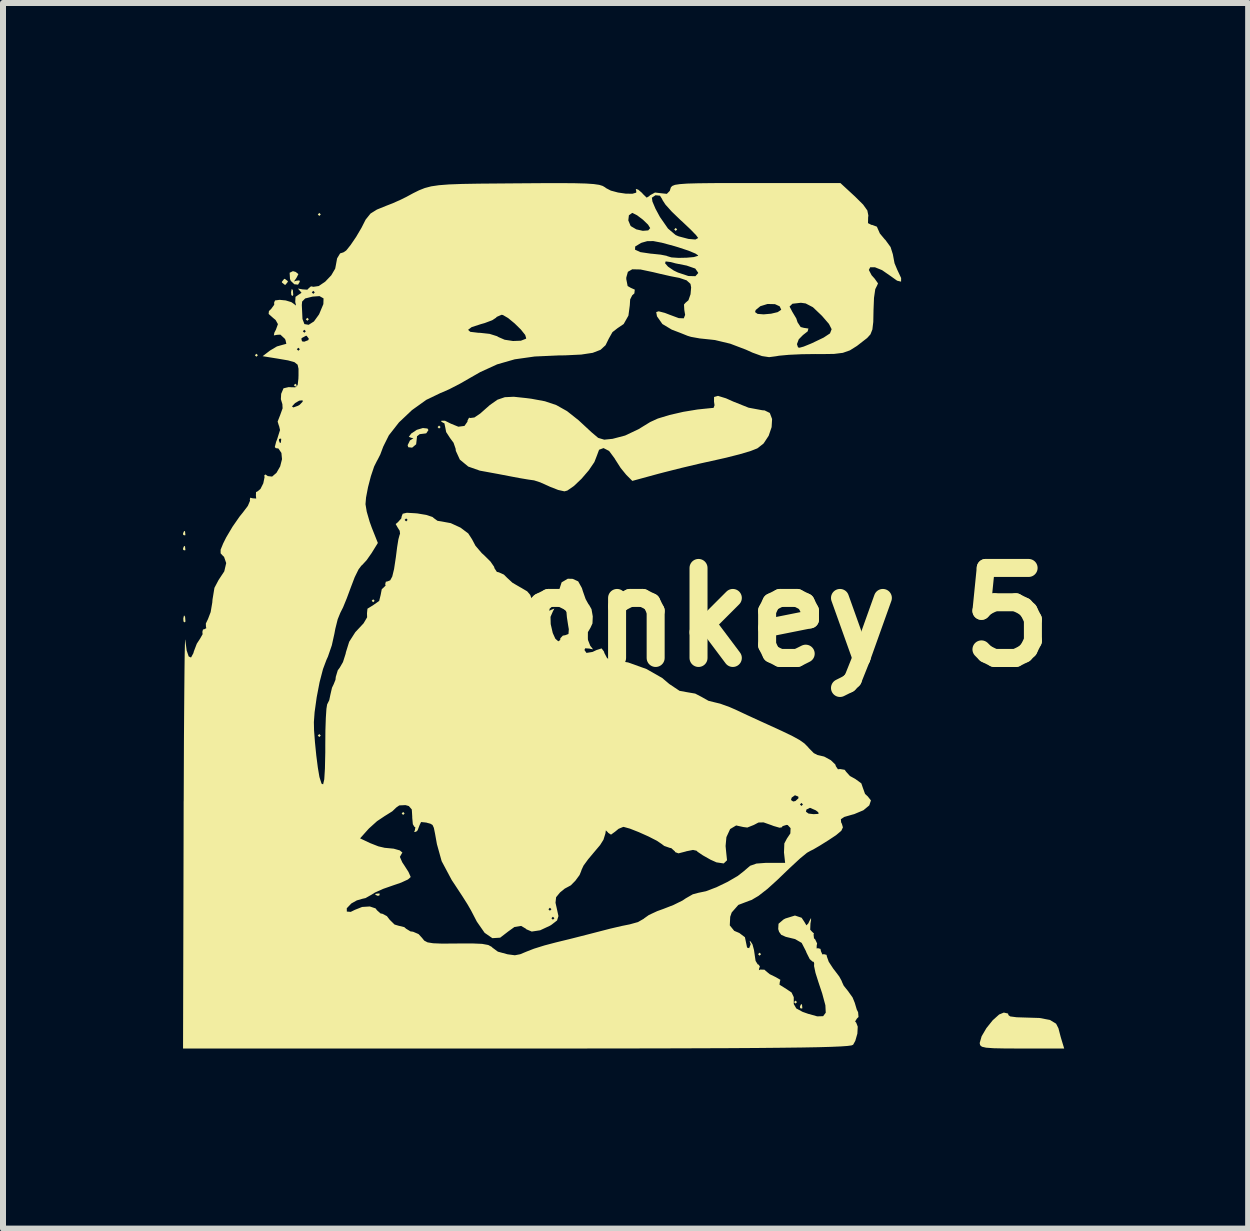
<source format=kicad_pcb>
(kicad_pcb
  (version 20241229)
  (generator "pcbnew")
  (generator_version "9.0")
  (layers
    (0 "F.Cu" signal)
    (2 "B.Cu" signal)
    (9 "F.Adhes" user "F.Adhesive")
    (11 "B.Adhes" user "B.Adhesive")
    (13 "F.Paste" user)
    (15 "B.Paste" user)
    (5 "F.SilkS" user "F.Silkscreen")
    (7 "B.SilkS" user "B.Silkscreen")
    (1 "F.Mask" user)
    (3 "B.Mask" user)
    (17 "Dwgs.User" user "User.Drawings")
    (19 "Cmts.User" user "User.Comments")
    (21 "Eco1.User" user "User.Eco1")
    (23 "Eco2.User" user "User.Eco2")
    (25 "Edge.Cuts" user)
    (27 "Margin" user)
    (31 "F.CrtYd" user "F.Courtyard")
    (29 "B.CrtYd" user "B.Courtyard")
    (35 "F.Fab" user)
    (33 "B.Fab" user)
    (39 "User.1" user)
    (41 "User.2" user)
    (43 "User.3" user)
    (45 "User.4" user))
  (footprint "monkey 5"
    (layer "F.Cu")
    (at 8.982 7.235)
    (property "Reference" "monkey 5" (at 0 0 0) (layer "F.SilkS") (effects (font (size 1.5 1.5) (thickness 0.3))))
    (attr board_only exclude_from_pos_files exclude_from_bom)
    (fp_poly (pts (xy -7.735 -4.366) (xy -7.76 -4.341) (xy -7.785 -4.366) (xy -7.76 -4.391)) (stroke (width 0) (type solid)) (fill yes) (layer "F.SilkS"))
    (fp_poly (pts (xy -7.086 -3.867) (xy -7.111 -3.842) (xy -7.136 -3.867) (xy -7.111 -3.892)) (stroke (width 0) (type solid)) (fill yes) (layer "F.SilkS"))
    (fp_poly (pts (xy -6.886 -4.965) (xy -6.911 -4.94) (xy -6.936 -4.965) (xy -6.911 -4.99)) (stroke (width 0) (type solid)) (fill yes) (layer "F.SilkS"))
    (fp_poly (pts (xy -6.687 -6.712) (xy -6.712 -6.687) (xy -6.737 -6.712) (xy -6.712 -6.737)) (stroke (width 0) (type solid)) (fill yes) (layer "F.SilkS"))
    (fp_poly (pts (xy -6.687 1.971) (xy -6.712 1.996) (xy -6.737 1.971) (xy -6.712 1.946)) (stroke (width 0) (type solid)) (fill yes) (layer "F.SilkS"))
    (fp_poly (pts (xy -5.789 -0.274) (xy -5.814 -0.25) (xy -5.839 -0.274) (xy -5.814 -0.299)) (stroke (width 0) (type solid)) (fill yes) (layer "F.SilkS"))
    (fp_poly (pts (xy -5.29 3.269) (xy -5.315 3.294) (xy -5.339 3.269) (xy -5.315 3.244)) (stroke (width 0) (type solid)) (fill yes) (layer "F.SilkS"))
    (fp_poly (pts (xy -4.691 -3.169) (xy -4.716 -3.144) (xy -4.741 -3.169) (xy -4.716 -3.194)) (stroke (width 0) (type solid)) (fill yes) (layer "F.SilkS"))
    (fp_poly (pts (xy -0.749 -6.462) (xy -0.773 -6.437) (xy -0.798 -6.462) (xy -0.773 -6.487)) (stroke (width 0) (type solid)) (fill yes) (layer "F.SilkS"))
    (fp_poly (pts (xy 0.649 5.614) (xy 0.624 5.639) (xy 0.599 5.614) (xy 0.624 5.589)) (stroke (width 0) (type solid)) (fill yes) (layer "F.SilkS"))
    (fp_poly (pts (xy 1.248 6.412) (xy 1.223 6.437) (xy 1.198 6.412) (xy 1.223 6.387)) (stroke (width 0) (type solid)) (fill yes) (layer "F.SilkS"))
    (fp_poly (pts (xy -8.949 -1.431) (xy -8.943 -1.371) (xy -8.949 -1.364) (xy -8.979 -1.371) (xy -8.982 -1.397) (xy -8.964 -1.438)) (stroke (width 0) (type solid)) (fill yes) (layer "F.SilkS"))
    (fp_poly (pts (xy -8.949 -1.181) (xy -8.943 -1.122) (xy -8.949 -1.114) (xy -8.979 -1.121) (xy -8.982 -1.148) (xy -8.964 -1.189)) (stroke (width 0) (type solid)) (fill yes) (layer "F.SilkS"))
    (fp_poly (pts (xy -8.948 -0.009) (xy -8.942 0.069) (xy -8.952 0.086) (xy -8.975 0.071) (xy -8.978 0.021) (xy -8.966 -0.032)) (stroke (width 0) (type solid)) (fill yes) (layer "F.SilkS"))
    (fp_poly (pts (xy -7.152 -5.449) (xy -7.146 -5.371) (xy -7.156 -5.353) (xy -7.178 -5.368) (xy -7.182 -5.418) (xy -7.17 -5.472)) (stroke (width 0) (type solid)) (fill yes) (layer "F.SilkS"))
    (fp_poly (pts (xy -5.705 4.608) (xy -5.712 4.637) (xy -5.739 4.641) (xy -5.78 4.623) (xy -5.772 4.608) (xy -5.713 4.602)) (stroke (width 0) (type solid)) (fill yes) (layer "F.SilkS"))
    (fp_poly (pts (xy 1.331 6.454) (xy 1.337 6.513) (xy 1.331 6.52) (xy 1.301 6.514) (xy 1.297 6.487) (xy 1.316 6.446)) (stroke (width 0) (type solid)) (fill yes) (layer "F.SilkS"))
    (fp_poly (pts (xy -7.237 -5.601) (xy -7.236 -5.589) (xy -7.274 -5.541) (xy -7.286 -5.539) (xy -7.334 -5.577) (xy -7.336 -5.589) (xy -7.298 -5.637) (xy -7.286 -5.639)) (stroke (width 0) (type solid)) (fill yes) (layer "F.SilkS"))
    (fp_poly (pts (xy -7.105 -5.754) (xy -7.06 -5.718) (xy -7.093 -5.653) (xy -7.097 -5.648) (xy -7.134 -5.595) (xy -7.103 -5.605) (xy -7.099 -5.607) (xy -7.044 -5.613) (xy -7.036 -5.592) (xy -7.066 -5.542) (xy -7.129 -5.549) (xy -7.187 -5.605) (xy -7.2 -5.636) (xy -7.206 -5.74) (xy -7.151 -5.767)) (stroke (width 0) (type solid)) (fill yes) (layer "F.SilkS"))
    (fp_poly (pts (xy -4.91 -3.145) (xy -4.893 -3.119) (xy -4.929 -3.066) (xy -4.94 -3.063) (xy -5.038 -3.051) (xy -5.04 -3.05) (xy -5.084 -3.016) (xy -5.084 -3.007) (xy -5.098 -2.882) (xy -5.165 -2.826) (xy -5.229 -2.833) (xy -5.24 -2.867) (xy -5.201 -2.946) (xy -5.177 -2.961) (xy -5.144 -2.984) (xy -5.181 -2.99) (xy -5.22 -3.007) (xy -5.18 -3.061) (xy -5.176 -3.064) (xy -5.087 -3.123) (xy -4.986 -3.153)) (stroke (width 0) (type solid)) (fill yes) (layer "F.SilkS"))
    (fp_poly (pts (xy 4.765 6.603) (xy 4.771 6.629) (xy 4.801 6.651) (xy 4.907 6.665) (xy 5.03 6.669) (xy 5.289 6.677) (xy 5.463 6.71) (xy 5.565 6.772) (xy 5.604 6.848) (xy 5.642 6.994) (xy 5.666 7.074) (xy 5.7 7.186) (xy 4.996 7.186) (xy 4.718 7.185) (xy 4.524 7.181) (xy 4.399 7.172) (xy 4.329 7.156) (xy 4.299 7.13) (xy 4.292 7.094) (xy 4.292 7.094) (xy 4.324 6.982) (xy 4.404 6.846) (xy 4.509 6.715) (xy 4.616 6.619) (xy 4.694 6.587)) (stroke (width 0) (type solid)) (fill yes) (layer "F.SilkS"))
    (fp_poly (pts (xy 0.065 -3.648) (xy 0.188 -3.593) (xy 0.441 -3.492) (xy 0.672 -3.449) (xy 0.708 -3.447) (xy 0.795 -3.404) (xy 0.833 -3.303) (xy 0.825 -3.168) (xy 0.776 -3.024) (xy 0.691 -2.895) (xy 0.587 -2.814) (xy 0.475 -2.77) (xy 0.293 -2.716) (xy 0.069 -2.659) (xy -0.095 -2.622) (xy -0.375 -2.56) (xy -0.679 -2.488) (xy -0.956 -2.418) (xy -1.06 -2.391) (xy -1.496 -2.272) (xy -1.597 -2.373) (xy -1.69 -2.487) (xy -1.782 -2.631) (xy -1.791 -2.647) (xy -1.883 -2.771) (xy -1.976 -2.819) (xy -2.05 -2.791) (xy -2.086 -2.694) (xy -2.128 -2.586) (xy -2.221 -2.449) (xy -2.342 -2.308) (xy -2.469 -2.187) (xy -2.579 -2.111) (xy -2.627 -2.098) (xy -2.731 -2.121) (xy -2.869 -2.175) (xy -2.899 -2.189) (xy -3.031 -2.248) (xy -3.133 -2.281) (xy -3.148 -2.283) (xy -3.233 -2.295) (xy -3.38 -2.32) (xy -3.518 -2.346) (xy -3.726 -2.386) (xy -3.933 -2.424) (xy -4.037 -2.443) (xy -4.23 -2.511) (xy -4.37 -2.627) (xy -4.437 -2.773) (xy -4.44 -2.807) (xy -4.475 -2.908) (xy -4.533 -2.986) (xy -4.598 -3.086) (xy -4.612 -3.16) (xy -4.627 -3.231) (xy -4.654 -3.244) (xy -4.683 -3.264) (xy -4.676 -3.275) (xy -4.616 -3.274) (xy -4.52 -3.226) (xy -4.395 -3.175) (xy -4.293 -3.188) (xy -4.243 -3.259) (xy -4.242 -3.277) (xy -4.217 -3.325) (xy -4.194 -3.32) (xy -4.127 -3.329) (xy -4.034 -3.392) (xy -4.031 -3.394) (xy -3.87 -3.536) (xy -3.743 -3.625) (xy -3.62 -3.667) (xy -3.471 -3.674) (xy -3.264 -3.652) (xy -3.178 -3.641) (xy -2.952 -3.599) (xy -2.762 -3.535) (xy -2.584 -3.435) (xy -2.392 -3.283) (xy -2.174 -3.081) (xy -2.065 -2.989) (xy -1.964 -2.959) (xy -1.825 -2.973) (xy -1.616 -3.028) (xy -1.394 -3.133) (xy -1.198 -3.253) (xy -1.071 -3.311) (xy -0.877 -3.37) (xy -0.646 -3.423) (xy -0.409 -3.462) (xy -0.324 -3.471) (xy -0.207 -3.483) (xy -0.142 -3.489) (xy -0.126 -3.533) (xy -0.135 -3.593) (xy -0.134 -3.67) (xy -0.069 -3.689)) (stroke (width 0) (type solid)) (fill yes) (layer "F.SilkS"))
    (fp_poly (pts (xy 1.971 -7.235) (xy 2.214 -7.011) (xy 2.35 -6.876) (xy 2.42 -6.778) (xy 2.437 -6.694) (xy 2.433 -6.662) (xy 2.431 -6.567) (xy 2.488 -6.538) (xy 2.502 -6.537) (xy 2.579 -6.508) (xy 2.595 -6.471) (xy 2.629 -6.394) (xy 2.711 -6.296) (xy 2.72 -6.288) (xy 2.807 -6.169) (xy 2.846 -6.045) (xy 2.846 -6.042) (xy 2.873 -5.899) (xy 2.919 -5.789) (xy 2.983 -5.653) (xy 2.982 -5.592) (xy 2.916 -5.608) (xy 2.808 -5.685) (xy 2.665 -5.784) (xy 2.546 -5.832) (xy 2.468 -5.832) (xy 2.445 -5.787) (xy 2.491 -5.699) (xy 2.542 -5.642) (xy 2.598 -5.563) (xy 2.582 -5.527) (xy 2.552 -5.467) (xy 2.531 -5.322) (xy 2.523 -5.121) (xy 2.519 -4.922) (xy 2.504 -4.795) (xy 2.472 -4.714) (xy 2.417 -4.653) (xy 2.395 -4.636) (xy 2.247 -4.521) (xy 2.129 -4.447) (xy 2.012 -4.406) (xy 1.866 -4.388) (xy 1.662 -4.385) (xy 1.56 -4.386) (xy 1.328 -4.383) (xy 1.113 -4.373) (xy 0.949 -4.358) (xy 0.898 -4.349) (xy 0.783 -4.334) (xy 0.664 -4.352) (xy 0.507 -4.409) (xy 0.399 -4.458) (xy 0.136 -4.558) (xy -0.119 -4.619) (xy -0.2 -4.628) (xy -0.373 -4.646) (xy -0.518 -4.672) (xy -0.574 -4.689) (xy -0.691 -4.736) (xy -0.835 -4.791) (xy -0.838 -4.792) (xy -0.995 -4.886) (xy -1.085 -5.014) (xy -1.098 -5.085) (xy -1.057 -5.098) (xy -0.953 -5.071) (xy -0.878 -5.042) (xy -0.722 -4.984) (xy -0.639 -4.981) (xy -0.616 -5.038) (xy -0.624 -5.085) (xy 0.549 -5.085) (xy 0.591 -5.055) (xy 0.692 -5.047) (xy 0.816 -5.058) (xy 0.926 -5.084) (xy 0.984 -5.123) (xy 0.985 -5.126) (xy 0.961 -5.177) (xy 1.124 -5.177) (xy 1.167 -5.095) (xy 1.167 -5.094) (xy 1.236 -4.979) (xy 1.257 -4.915) (xy 1.309 -4.836) (xy 1.362 -4.822) (xy 1.438 -4.811) (xy 1.426 -4.764) (xy 1.347 -4.702) (xy 1.277 -4.631) (xy 1.247 -4.551) (xy 1.265 -4.497) (xy 1.29 -4.491) (xy 1.359 -4.51) (xy 1.477 -4.558) (xy 1.502 -4.569) (xy 1.692 -4.66) (xy 1.798 -4.73) (xy 1.825 -4.8) (xy 1.78 -4.888) (xy 1.671 -5.014) (xy 1.655 -5.031) (xy 1.513 -5.166) (xy 1.392 -5.229) (xy 1.313 -5.24) (xy 1.172 -5.224) (xy 1.124 -5.177) (xy 0.961 -5.177) (xy 0.959 -5.181) (xy 0.881 -5.217) (xy 0.757 -5.22) (xy 0.637 -5.183) (xy 0.56 -5.12) (xy 0.549 -5.085) (xy -0.624 -5.085) (xy -0.63 -5.122) (xy -0.635 -5.211) (xy -0.61 -5.24) (xy -0.561 -5.282) (xy -0.526 -5.382) (xy -0.516 -5.496) (xy -0.527 -5.555) (xy -0.592 -5.614) (xy -0.71 -5.654) (xy -0.714 -5.655) (xy -0.855 -5.682) (xy -1.04 -5.724) (xy -1.148 -5.75) (xy -1.361 -5.795) (xy -1.497 -5.798) (xy -1.57 -5.756) (xy -1.596 -5.663) (xy -1.597 -5.635) (xy -1.574 -5.519) (xy -1.522 -5.489) (xy -1.455 -5.459) (xy -1.462 -5.396) (xy -1.498 -5.364) (xy -1.532 -5.296) (xy -1.538 -5.199) (xy -1.561 -5.026) (xy -1.64 -4.886) (xy -1.742 -4.817) (xy -1.827 -4.751) (xy -1.888 -4.643) (xy -1.942 -4.533) (xy -2.026 -4.456) (xy -2.156 -4.406) (xy -2.348 -4.377) (xy -2.618 -4.364) (xy -2.72 -4.363) (xy -3.122 -4.345) (xy -3.455 -4.298) (xy -3.748 -4.214) (xy -4.03 -4.085) (xy -4.177 -4.001) (xy -4.365 -3.893) (xy -4.545 -3.8) (xy -4.681 -3.74) (xy -4.691 -3.737) (xy -4.928 -3.623) (xy -5.167 -3.452) (xy -5.384 -3.247) (xy -5.553 -3.031) (xy -5.646 -2.844) (xy -5.696 -2.711) (xy -5.744 -2.617) (xy -5.749 -2.61) (xy -5.798 -2.512) (xy -5.852 -2.351) (xy -5.9 -2.167) (xy -5.933 -1.994) (xy -5.942 -1.884) (xy -5.921 -1.758) (xy -5.872 -1.589) (xy -5.837 -1.492) (xy -5.736 -1.238) (xy -5.841 -1.068) (xy -5.924 -0.95) (xy -5.998 -0.87) (xy -6.01 -0.861) (xy -6.058 -0.797) (xy -6.122 -0.667) (xy -6.186 -0.499) (xy -6.253 -0.318) (xy -6.316 -0.164) (xy -6.361 -0.075) (xy -6.405 0.033) (xy -6.445 0.193) (xy -6.46 0.273) (xy -6.503 0.467) (xy -6.568 0.656) (xy -6.593 0.711) (xy -6.65 0.863) (xy -6.707 1.082) (xy -6.755 1.332) (xy -6.79 1.582) (xy -6.802 1.747) (xy -6.799 1.885) (xy -6.784 2.083) (xy -6.762 2.302) (xy -6.736 2.505) (xy -6.711 2.653) (xy -6.707 2.67) (xy -6.674 2.773) (xy -6.648 2.784) (xy -6.629 2.701) (xy -6.618 2.523) (xy -6.612 2.247) (xy -6.612 2.133) (xy -6.61 1.887) (xy -6.603 1.678) (xy -6.593 1.526) (xy -6.581 1.451) (xy -6.578 1.446) (xy -6.546 1.382) (xy -6.526 1.286) (xy -6.5 1.174) (xy -6.472 1.116) (xy -6.442 1.041) (xy -6.437 0.993) (xy -6.404 0.884) (xy -6.37 0.838) (xy -6.317 0.746) (xy -6.273 0.608) (xy -6.268 0.582) (xy -6.214 0.409) (xy -6.112 0.249) (xy -5.974 0.101) (xy -5.915 0.001) (xy -5.917 -0.067) (xy -5.913 -0.108) (xy -2.88 -0.108) (xy -2.84 -0.127) (xy -2.795 -0.145) (xy -2.82 -0.097) (xy -2.859 -0.007) (xy -2.856 0.114) (xy -2.822 0.262) (xy -2.779 0.357) (xy -2.73 0.401) (xy -2.698 0.379) (xy -2.695 0.349) (xy -2.654 0.306) (xy -2.614 0.299) (xy -2.56 0.279) (xy -2.554 0.2) (xy -2.564 0.143) (xy -2.586 0.001) (xy -2.595 -0.106) (xy -2.635 -0.174) (xy -2.725 -0.202) (xy -2.823 -0.186) (xy -2.874 -0.142) (xy -2.88 -0.108) (xy -5.913 -0.108) (xy -5.909 -0.143) (xy -5.819 -0.198) (xy -5.714 -0.272) (xy -5.689 -0.373) (xy -5.671 -0.467) (xy -5.636 -0.499) (xy -5.606 -0.53) (xy -5.614 -0.549) (xy -5.603 -0.592) (xy -5.571 -0.599) (xy -5.53 -0.616) (xy -5.496 -0.679) (xy -5.466 -0.803) (xy -5.436 -1.001) (xy -5.415 -1.167) (xy -5.394 -1.298) (xy -5.372 -1.379) (xy -5.366 -1.387) (xy -5.372 -1.441) (xy -5.402 -1.488) (xy -5.439 -1.553) (xy -5.402 -1.584) (xy -5.368 -1.622) (xy -5.29 -1.622) (xy -5.265 -1.597) (xy -5.24 -1.622) (xy -5.265 -1.647) (xy -5.29 -1.622) (xy -5.368 -1.622) (xy -5.346 -1.646) (xy -5.339 -1.682) (xy -5.322 -1.725) (xy -5.254 -1.741) (xy -5.114 -1.733) (xy -5.078 -1.73) (xy -4.928 -1.705) (xy -4.826 -1.671) (xy -4.8 -1.649) (xy -4.742 -1.607) (xy -4.678 -1.597) (xy -4.521 -1.568) (xy -4.36 -1.494) (xy -4.23 -1.397) (xy -4.167 -1.3) (xy -4.11 -1.192) (xy -4.005 -1.069) (xy -3.964 -1.032) (xy -3.86 -0.929) (xy -3.799 -0.841) (xy -3.793 -0.817) (xy -3.753 -0.756) (xy -3.721 -0.749) (xy -3.636 -0.711) (xy -3.583 -0.658) (xy -3.493 -0.575) (xy -3.363 -0.499) (xy -3.356 -0.496) (xy -3.248 -0.432) (xy -3.195 -0.37) (xy -3.194 -0.362) (xy -3.17 -0.3) (xy -3.156 -0.294) (xy -2.967 -0.275) (xy -2.822 -0.27) (xy -2.745 -0.282) (xy -2.738 -0.29) (xy -2.729 -0.362) (xy -2.72 -0.44) (xy -2.674 -0.582) (xy -2.571 -0.642) (xy -2.49 -0.64) (xy -2.398 -0.598) (xy -2.336 -0.486) (xy -2.32 -0.434) (xy -2.274 -0.303) (xy -2.227 -0.218) (xy -2.218 -0.209) (xy -2.176 -0.135) (xy -2.155 -0.015) (xy -2.16 0.103) (xy -2.192 0.172) (xy -2.192 0.173) (xy -2.238 0.251) (xy -2.239 0.368) (xy -2.197 0.475) (xy -2.183 0.492) (xy -2.15 0.535) (xy -2.199 0.525) (xy -2.208 0.522) (xy -2.281 0.517) (xy -2.295 0.544) (xy -2.26 0.594) (xy -2.16 0.578) (xy -2.089 0.545) (xy -2.008 0.519) (xy -1.968 0.572) (xy -1.962 0.595) (xy -1.917 0.68) (xy -1.878 0.702) (xy -1.566 0.753) (xy -1.261 0.862) (xy -0.998 1.012) (xy -0.88 1.112) (xy -0.709 1.226) (xy -0.588 1.248) (xy -0.448 1.272) (xy -0.346 1.325) (xy -0.227 1.392) (xy -0.143 1.413) (xy -0.031 1.44) (xy 0.126 1.497) (xy 0.225 1.54) (xy 0.421 1.632) (xy 0.641 1.733) (xy 0.749 1.782) (xy 0.998 1.896) (xy 1.174 1.981) (xy 1.292 2.046) (xy 1.37 2.101) (xy 1.426 2.157) (xy 1.446 2.181) (xy 1.528 2.264) (xy 1.589 2.295) (xy 1.7 2.321) (xy 1.812 2.382) (xy 1.886 2.453) (xy 1.896 2.483) (xy 1.93 2.533) (xy 1.967 2.529) (xy 2.043 2.542) (xy 2.066 2.574) (xy 2.13 2.645) (xy 2.219 2.694) (xy 2.32 2.768) (xy 2.345 2.841) (xy 2.382 2.944) (xy 2.426 2.984) (xy 2.48 3.052) (xy 2.452 3.135) (xy 2.354 3.216) (xy 2.199 3.281) (xy 2.171 3.288) (xy 2.036 3.327) (xy 1.979 3.365) (xy 1.983 3.417) (xy 1.996 3.442) (xy 2.013 3.501) (xy 1.986 3.558) (xy 1.899 3.631) (xy 1.771 3.716) (xy 1.627 3.806) (xy 1.519 3.869) (xy 1.472 3.892) (xy 1.415 3.924) (xy 1.299 4.019) (xy 1.123 4.182) (xy 0.917 4.38) (xy 0.757 4.525) (xy 0.607 4.642) (xy 0.49 4.711) (xy 0.46 4.721) (xy 0.271 4.793) (xy 0.16 4.919) (xy 0.135 4.991) (xy 0.128 5.134) (xy 0.202 5.225) (xy 0.287 5.261) (xy 0.38 5.331) (xy 0.399 5.421) (xy 0.416 5.504) (xy 0.45 5.514) (xy 0.476 5.45) (xy 0.467 5.423) (xy 0.459 5.392) (xy 0.475 5.403) (xy 0.506 5.45) (xy 0.531 5.543) (xy 0.555 5.707) (xy 0.558 5.726) (xy 0.594 5.784) (xy 0.61 5.789) (xy 0.63 5.821) (xy 0.619 5.846) (xy 0.613 5.881) (xy 0.638 5.87) (xy 0.708 5.873) (xy 0.725 5.891) (xy 0.793 5.947) (xy 0.889 5.994) (xy 0.971 6.041) (xy 0.961 6.08) (xy 0.956 6.122) (xy 1.043 6.177) (xy 1.053 6.182) (xy 1.158 6.253) (xy 1.194 6.33) (xy 1.194 6.445) (xy 1.236 6.518) (xy 1.341 6.575) (xy 1.432 6.607) (xy 1.585 6.65) (xy 1.683 6.647) (xy 1.727 6.589) (xy 1.721 6.466) (xy 1.668 6.269) (xy 1.605 6.08) (xy 1.556 5.925) (xy 1.532 5.811) (xy 1.534 5.768) (xy 1.526 5.741) (xy 1.509 5.739) (xy 1.46 5.696) (xy 1.407 5.591) (xy 1.397 5.564) (xy 1.326 5.426) (xy 1.217 5.363) (xy 1.206 5.36) (xy 1.061 5.325) (xy 0.985 5.291) (xy 0.949 5.241) (xy 0.935 5.195) (xy 0.94 5.107) (xy 1.023 5.036) (xy 1.055 5.019) (xy 1.214 4.97) (xy 1.325 5.007) (xy 1.374 5.081) (xy 1.405 5.134) (xy 1.437 5.1) (xy 1.453 5.065) (xy 1.482 5.011) (xy 1.482 5.046) (xy 1.472 5.102) (xy 1.468 5.206) (xy 1.499 5.24) (xy 1.531 5.27) (xy 1.524 5.286) (xy 1.531 5.35) (xy 1.55 5.366) (xy 1.583 5.435) (xy 1.576 5.472) (xy 1.575 5.519) (xy 1.597 5.514) (xy 1.639 5.526) (xy 1.647 5.564) (xy 1.67 5.618) (xy 1.697 5.614) (xy 1.74 5.625) (xy 1.747 5.657) (xy 1.777 5.741) (xy 1.852 5.855) (xy 1.871 5.879) (xy 1.952 5.986) (xy 1.994 6.063) (xy 1.996 6.073) (xy 2.027 6.14) (xy 2.096 6.226) (xy 2.174 6.335) (xy 2.21 6.423) (xy 2.245 6.54) (xy 2.266 6.58) (xy 2.273 6.66) (xy 2.247 6.686) (xy 2.216 6.735) (xy 2.234 6.754) (xy 2.26 6.821) (xy 2.254 6.937) (xy 2.219 7.059) (xy 2.183 7.123) (xy 2.156 7.134) (xy 2.089 7.143) (xy 1.977 7.151) (xy 1.815 7.158) (xy 1.6 7.164) (xy 1.325 7.169) (xy 0.988 7.173) (xy 0.582 7.177) (xy 0.104 7.18) (xy -0.451 7.182) (xy -1.088 7.184) (xy -1.812 7.185) (xy -2.627 7.186) (xy -3.424 7.186) (xy -8.982 7.186) (xy -8.976 4.849) (xy -6.254 4.849) (xy -6.253 4.904) (xy -6.188 4.909) (xy -6.121 4.876) (xy -5.998 4.827) (xy -5.87 4.819) (xy -5.774 4.851) (xy -5.75 4.883) (xy -5.69 4.936) (xy -5.661 4.94) (xy -5.585 4.98) (xy -5.539 5.04) (xy -5.458 5.12) (xy -5.391 5.14) (xy -5.296 5.163) (xy -5.265 5.19) (xy -5.193 5.234) (xy -5.149 5.24) (xy -5.058 5.279) (xy -5 5.342) (xy -4.963 5.388) (xy -4.908 5.417) (xy -4.815 5.432) (xy -4.664 5.438) (xy -4.434 5.436) (xy -4.412 5.436) (xy -4.164 5.435) (xy -3.999 5.442) (xy -3.896 5.461) (xy -3.839 5.492) (xy -3.827 5.505) (xy -3.736 5.572) (xy -3.574 5.616) (xy -3.453 5.632) (xy -3.365 5.615) (xy -3.254 5.569) (xy -3.136 5.523) (xy -2.96 5.468) (xy -2.77 5.418) (xy -2.524 5.358) (xy -2.253 5.289) (xy -2.071 5.242) (xy -1.866 5.189) (xy -1.673 5.144) (xy -1.539 5.117) (xy -1.402 5.079) (xy -1.306 5.024) (xy -1.299 5.017) (xy -1.22 4.961) (xy -1.082 4.897) (xy -0.982 4.861) (xy -0.81 4.794) (xy -0.66 4.72) (xy -0.605 4.683) (xy -0.488 4.616) (xy -0.394 4.591) (xy -0.269 4.565) (xy -0.095 4.499) (xy 0.093 4.408) (xy 0.261 4.31) (xy 0.376 4.22) (xy 0.379 4.216) (xy 0.467 4.141) (xy 0.572 4.104) (xy 0.734 4.092) (xy 0.772 4.092) (xy 1.05 4.092) (xy 1.031 3.918) (xy 1.037 3.768) (xy 1.08 3.687) (xy 1.137 3.602) (xy 1.141 3.514) (xy 1.093 3.462) (xy 1.073 3.46) (xy 1.006 3.481) (xy 0.998 3.499) (xy 0.958 3.507) (xy 0.858 3.478) (xy 0.819 3.463) (xy 0.691 3.418) (xy 0.606 3.42) (xy 0.528 3.461) (xy 0.42 3.504) (xy 0.352 3.495) (xy 0.234 3.469) (xy 0.134 3.529) (xy 0.073 3.661) (xy 0.071 3.669) (xy 0.058 3.812) (xy 0.069 3.925) (xy 0.069 3.925) (xy 0.082 4.049) (xy 0.027 4.102) (xy -0.094 4.084) (xy -0.192 4.04) (xy -0.321 3.967) (xy -0.408 3.908) (xy -0.426 3.89) (xy -0.485 3.877) (xy -0.595 3.899) (xy -0.61 3.904) (xy -0.727 3.934) (xy -0.781 3.914) (xy -0.787 3.901) (xy -0.847 3.847) (xy -0.874 3.842) (xy -0.965 3.81) (xy -1.007 3.778) (xy -1.089 3.723) (xy -1.228 3.652) (xy -1.389 3.58) (xy -1.536 3.522) (xy -1.637 3.494) (xy -1.647 3.493) (xy -1.725 3.525) (xy -1.782 3.572) (xy -1.851 3.622) (xy -1.898 3.592) (xy -1.903 3.584) (xy -1.937 3.551) (xy -1.945 3.605) (xy -1.977 3.707) (xy -2.033 3.796) (xy -2.13 3.911) (xy -2.233 4.034) (xy -2.309 4.138) (xy -2.345 4.216) (xy -2.345 4.222) (xy -2.375 4.295) (xy -2.445 4.39) (xy -2.521 4.467) (xy -2.565 4.491) (xy -2.623 4.522) (xy -2.701 4.586) (xy -2.766 4.665) (xy -2.776 4.757) (xy -2.753 4.859) (xy -2.727 4.979) (xy -2.75 5.052) (xy -2.839 5.121) (xy -2.867 5.139) (xy -3.032 5.216) (xy -3.172 5.237) (xy -3.262 5.199) (xy -3.269 5.19) (xy -3.348 5.143) (xy -3.46 5.161) (xy -3.563 5.235) (xy -3.698 5.339) (xy -3.828 5.347) (xy -3.957 5.258) (xy -4.087 5.071) (xy -4.116 5.015) (xy -2.844 5.015) (xy -2.819 5.04) (xy -2.794 5.015) (xy -2.819 4.99) (xy -2.844 5.015) (xy -4.116 5.015) (xy -4.129 4.99) (xy -4.182 4.888) (xy -4.195 4.865) (xy -2.894 4.865) (xy -2.869 4.89) (xy -2.844 4.865) (xy -2.869 4.84) (xy -2.894 4.865) (xy -4.195 4.865) (xy -4.243 4.782) (xy -4.327 4.649) (xy -4.448 4.465) (xy -4.505 4.379) (xy -4.673 4.064) (xy -4.752 3.78) (xy -4.783 3.607) (xy -4.803 3.509) (xy -4.825 3.461) (xy -4.86 3.44) (xy -4.92 3.424) (xy -4.928 3.421) (xy -5.016 3.412) (xy -5.04 3.462) (xy -5.074 3.551) (xy -5.098 3.573) (xy -5.132 3.579) (xy -5.12 3.551) (xy -5.111 3.499) (xy -5.126 3.493) (xy -5.153 3.449) (xy -5.163 3.342) (xy -5.163 3.323) (xy -5.168 3.24) (xy 1.397 3.24) (xy 1.44 3.271) (xy 1.523 3.281) (xy 1.608 3.276) (xy 1.602 3.249) (xy 1.561 3.217) (xy 1.464 3.175) (xy 1.405 3.204) (xy 1.397 3.24) (xy -5.168 3.24) (xy -5.171 3.202) (xy -5.22 3.146) (xy -5.275 3.13) (xy -5.379 3.135) (xy -5.428 3.169) (xy -5.495 3.233) (xy -5.608 3.304) (xy -5.614 3.307) (xy -5.75 3.398) (xy -5.884 3.519) (xy -5.898 3.534) (xy -6.032 3.684) (xy -5.865 3.763) (xy -5.728 3.817) (xy -5.616 3.843) (xy -5.606 3.843) (xy -5.472 3.856) (xy -5.37 3.885) (xy -5.327 3.921) (xy -5.342 3.944) (xy -5.369 3.993) (xy -5.329 4.084) (xy -5.297 4.132) (xy -5.226 4.243) (xy -5.191 4.322) (xy -5.19 4.33) (xy -5.234 4.369) (xy -5.347 4.421) (xy -5.477 4.466) (xy -5.646 4.525) (xy -5.783 4.586) (xy -5.842 4.623) (xy -5.941 4.679) (xy -5.994 4.691) (xy -6.087 4.718) (xy -6.178 4.769) (xy -6.254 4.849) (xy -8.976 4.849) (xy -8.973 3.655) (xy -8.972 3.119) (xy 1.297 3.119) (xy 1.322 3.144) (xy 1.347 3.119) (xy 1.322 3.094) (xy 1.297 3.119) (xy -8.972 3.119) (xy -8.972 3.079) (xy -8.971 3.045) (xy 1.148 3.045) (xy 1.184 3.07) (xy 1.222 3.062) (xy 1.273 3.015) (xy 1.269 2.988) (xy 1.214 2.966) (xy 1.159 3.005) (xy 1.148 3.045) (xy -8.971 3.045) (xy -8.969 2.54) (xy -8.967 2.043) (xy -8.964 1.597) (xy -8.961 1.208) (xy -8.958 0.884) (xy -8.955 0.633) (xy -8.951 0.46) (xy -8.948 0.374) (xy -8.945 0.374) (xy -8.922 0.552) (xy -8.888 0.653) (xy -8.849 0.671) (xy -8.81 0.599) (xy -8.802 0.569) (xy -8.753 0.441) (xy -8.699 0.358) (xy -8.656 0.282) (xy -8.66 0.245) (xy -8.65 0.204) (xy -8.628 0.2) (xy -8.592 0.18) (xy -8.6 0.166) (xy -8.602 0.104) (xy -8.566 0.029) (xy -8.522 -0.086) (xy -8.495 -0.245) (xy -8.491 -0.296) (xy -8.459 -0.49) (xy -8.39 -0.621) (xy -8.295 -0.765) (xy -8.263 -0.903) (xy -8.299 -1.007) (xy -8.316 -1.022) (xy -8.356 -1.065) (xy -8.356 -1.126) (xy -8.313 -1.231) (xy -8.263 -1.331) (xy -8.158 -1.508) (xy -8.04 -1.678) (xy -7.985 -1.746) (xy -7.902 -1.856) (xy -7.866 -1.941) (xy -7.869 -1.962) (xy -7.863 -1.992) (xy -7.82 -1.982) (xy -7.763 -1.978) (xy -7.768 -2.024) (xy -7.766 -2.086) (xy -7.743 -2.096) (xy -7.692 -2.138) (xy -7.645 -2.232) (xy -7.624 -2.333) (xy -7.628 -2.366) (xy -7.609 -2.379) (xy -7.569 -2.352) (xy -7.498 -2.344) (xy -7.425 -2.407) (xy -7.364 -2.513) (xy -7.333 -2.634) (xy -7.343 -2.738) (xy -7.393 -2.812) (xy -7.438 -2.818) (xy -7.453 -2.837) (xy -7.431 -2.924) (xy -7.423 -2.944) (xy -7.385 -2.944) (xy -7.367 -2.903) (xy -7.352 -2.911) (xy -7.346 -2.97) (xy -7.352 -2.977) (xy -7.382 -2.971) (xy -7.385 -2.944) (xy -7.423 -2.944) (xy -7.412 -2.973) (xy -7.366 -3.12) (xy -7.383 -3.192) (xy -7.386 -3.194) (xy -7.406 -3.261) (xy -7.363 -3.371) (xy -7.323 -3.482) (xy -7.325 -3.513) (xy -7.167 -3.513) (xy -7.144 -3.496) (xy -7.066 -3.524) (xy -7.038 -3.541) (xy -6.988 -3.593) (xy -6.991 -3.615) (xy -7.046 -3.609) (xy -7.115 -3.569) (xy -7.167 -3.513) (xy -7.325 -3.513) (xy -7.327 -3.554) (xy -7.329 -3.557) (xy -7.352 -3.633) (xy -7.347 -3.723) (xy -7.308 -3.815) (xy -7.222 -3.835) (xy -7.193 -3.833) (xy -7.111 -3.831) (xy -7.072 -3.87) (xy -7.06 -3.973) (xy -7.058 -4.031) (xy -7.058 -4.14) (xy -7.073 -4.208) (xy -7.125 -4.25) (xy -7.232 -4.28) (xy -7.414 -4.311) (xy -7.458 -4.318) (xy -7.656 -4.35) (xy -7.533 -4.444) (xy -7.496 -4.466) (xy -7.086 -4.466) (xy -7.061 -4.441) (xy -7.036 -4.466) (xy -7.061 -4.491) (xy -7.086 -4.466) (xy -7.496 -4.466) (xy -7.417 -4.513) (xy -7.321 -4.54) (xy -7.261 -4.556) (xy -7.275 -4.62) (xy -7.285 -4.639) (xy -7.287 -4.641) (xy -7.011 -4.641) (xy -7 -4.598) (xy -6.964 -4.591) (xy -6.896 -4.617) (xy -6.886 -4.641) (xy -6.922 -4.689) (xy -6.933 -4.691) (xy -7.001 -4.654) (xy -7.011 -4.641) (xy -7.287 -4.641) (xy -7.36 -4.709) (xy -7.417 -4.706) (xy -7.469 -4.696) (xy -7.461 -4.741) (xy -7.448 -4.766) (xy -6.986 -4.766) (xy -6.961 -4.741) (xy -6.936 -4.766) (xy -6.96 -4.789) (xy -4.233 -4.789) (xy -4.196 -4.756) (xy -4.062 -4.74) (xy -4.03 -4.739) (xy -3.874 -4.722) (xy -3.75 -4.683) (xy -3.727 -4.669) (xy -3.623 -4.624) (xy -3.484 -4.603) (xy -3.353 -4.608) (xy -3.27 -4.64) (xy -3.264 -4.648) (xy -3.281 -4.704) (xy -3.354 -4.795) (xy -3.457 -4.896) (xy -3.565 -4.985) (xy -3.652 -5.036) (xy -3.675 -5.04) (xy -3.755 -5.005) (xy -3.768 -4.99) (xy -3.831 -4.949) (xy -3.956 -4.902) (xy -4.02 -4.884) (xy -4.174 -4.834) (xy -4.233 -4.789) (xy -6.96 -4.789) (xy -6.961 -4.791) (xy -6.986 -4.766) (xy -7.448 -4.766) (xy -7.435 -4.791) (xy -7.401 -4.884) (xy -7.439 -4.952) (xy -7.483 -4.989) (xy -7.556 -5.054) (xy -7.551 -5.102) (xy -7.515 -5.136) (xy -7.463 -5.207) (xy -7.464 -5.245) (xy -7.449 -5.279) (xy -7.373 -5.289) (xy -7.271 -5.279) (xy -7.178 -5.251) (xy -7.143 -5.227) (xy -7.1 -5.194) (xy -7.101 -5.202) (xy -7.003 -5.202) (xy -6.996 -5.057) (xy -6.992 -4.97) (xy -6.96 -4.885) (xy -6.889 -4.873) (xy -6.801 -4.929) (xy -6.717 -5.045) (xy -6.713 -5.053) (xy -6.644 -5.218) (xy -6.641 -5.313) (xy -6.708 -5.351) (xy -6.823 -5.343) (xy -6.947 -5.312) (xy -6.998 -5.26) (xy -7.003 -5.202) (xy -7.101 -5.202) (xy -7.11 -5.243) (xy -7.113 -5.252) (xy -7.108 -5.339) (xy -7.062 -5.371) (xy -7.008 -5.406) (xy -7.014 -5.414) (xy -6.837 -5.414) (xy -6.812 -5.389) (xy -6.787 -5.414) (xy -6.812 -5.439) (xy -6.837 -5.414) (xy -7.014 -5.414) (xy -7.044 -5.45) (xy -7.068 -5.477) (xy -7 -5.465) (xy -6.999 -5.464) (xy -6.911 -5.458) (xy -6.886 -5.484) (xy -6.85 -5.514) (xy -6.809 -5.506) (xy -6.721 -5.519) (xy -6.613 -5.592) (xy -6.512 -5.698) (xy -6.447 -5.809) (xy -6.437 -5.86) (xy -6.43 -5.898) (xy -0.95 -5.898) (xy -0.901 -5.842) (xy -0.805 -5.777) (xy -0.736 -5.744) (xy -0.562 -5.686) (xy -0.445 -5.683) (xy -0.399 -5.734) (xy -0.399 -5.741) (xy -0.447 -5.81) (xy -0.591 -5.86) (xy -0.637 -5.869) (xy -0.773 -5.896) (xy -0.861 -5.919) (xy -0.941 -5.929) (xy -0.95 -5.898) (xy -6.43 -5.898) (xy -6.415 -5.98) (xy -6.365 -6.063) (xy -6.31 -6.08) (xy -6.265 -6.11) (xy -6.252 -6.125) (xy -1.451 -6.125) (xy -1.362 -6.084) (xy -1.186 -6.058) (xy -1.168 -6.057) (xy -1.024 -6.042) (xy -0.927 -6.023) (xy -0.908 -6.015) (xy -0.844 -5.996) (xy -0.726 -5.988) (xy -0.59 -5.991) (xy -0.47 -6.002) (xy -0.403 -6.022) (xy -0.399 -6.029) (xy -0.444 -6.06) (xy -0.562 -6.109) (xy -0.732 -6.165) (xy -0.798 -6.185) (xy -1.005 -6.241) (xy -1.146 -6.268) (xy -1.247 -6.267) (xy -1.336 -6.242) (xy -1.35 -6.237) (xy -1.448 -6.178) (xy -1.451 -6.125) (xy -6.252 -6.125) (xy -6.189 -6.204) (xy -6.098 -6.338) (xy -6.009 -6.489) (xy -5.946 -6.613) (xy -1.563 -6.613) (xy -1.526 -6.524) (xy -1.516 -6.514) (xy -1.429 -6.463) (xy -1.321 -6.439) (xy -1.231 -6.446) (xy -1.198 -6.484) (xy -1.234 -6.542) (xy -1.319 -6.624) (xy -1.417 -6.698) (xy -1.492 -6.736) (xy -1.498 -6.737) (xy -1.553 -6.698) (xy -1.563 -6.613) (xy -5.946 -6.613) (xy -5.94 -6.625) (xy -5.858 -6.727) (xy -5.752 -6.793) (xy -5.602 -6.854) (xy -5.489 -6.898) (xy -5.352 -6.959) (xy -5.288 -6.991) (xy -1.17 -6.991) (xy -1.161 -6.927) (xy -1.11 -6.807) (xy -1.036 -6.67) (xy -0.902 -6.477) (xy -0.775 -6.369) (xy -0.724 -6.347) (xy -0.561 -6.304) (xy -0.445 -6.294) (xy -0.399 -6.319) (xy -0.399 -6.32) (xy -0.434 -6.367) (xy -0.525 -6.461) (xy -0.656 -6.585) (xy -0.699 -6.624) (xy -0.839 -6.759) (xy -0.944 -6.876) (xy -0.995 -6.954) (xy -0.998 -6.965) (xy -1.035 -7.024) (xy -1.11 -7.032) (xy -1.17 -6.991) (xy -5.288 -6.991) (xy -5.265 -7.002) (xy -5.149 -7.065) (xy -5.05 -7.114) (xy -4.954 -7.152) (xy -4.848 -7.18) (xy -4.718 -7.199) (xy -4.551 -7.212) (xy -4.333 -7.22) (xy -4.049 -7.225) (xy -3.688 -7.228) (xy -3.444 -7.23) (xy -3.029 -7.233) (xy -2.703 -7.234) (xy -2.453 -7.232) (xy -2.269 -7.227) (xy -2.138 -7.218) (xy -2.048 -7.205) (xy -1.99 -7.187) (xy -1.949 -7.163) (xy -1.935 -7.151) (xy -1.854 -7.109) (xy -1.734 -7.077) (xy -1.604 -7.058) (xy -1.493 -7.057) (xy -1.431 -7.075) (xy -1.43 -7.098) (xy -1.438 -7.137) (xy -1.398 -7.125) (xy -1.337 -7.073) (xy -1.316 -7.049) (xy -1.257 -6.992) (xy -1.212 -7.018) (xy -1.204 -7.03) (xy -1.118 -7.077) (xy -1.024 -7.066) (xy -0.921 -7.055) (xy -0.872 -7.105) (xy -0.863 -7.134) (xy -0.853 -7.164) (xy -0.83 -7.187) (xy -0.785 -7.205) (xy -0.706 -7.217) (xy -0.583 -7.226) (xy -0.403 -7.231) (xy -0.157 -7.234) (xy 0.168 -7.235) (xy 0.567 -7.235)) (stroke (width 0) (type solid)) (fill yes) (layer "F.SilkS")))
  (gr_rect
    (start -3 -3)
    (end 17.747 17.421)
    (stroke (width 0.1) (type default))
    (fill no)
    (layer "Edge.Cuts")))
</source>
